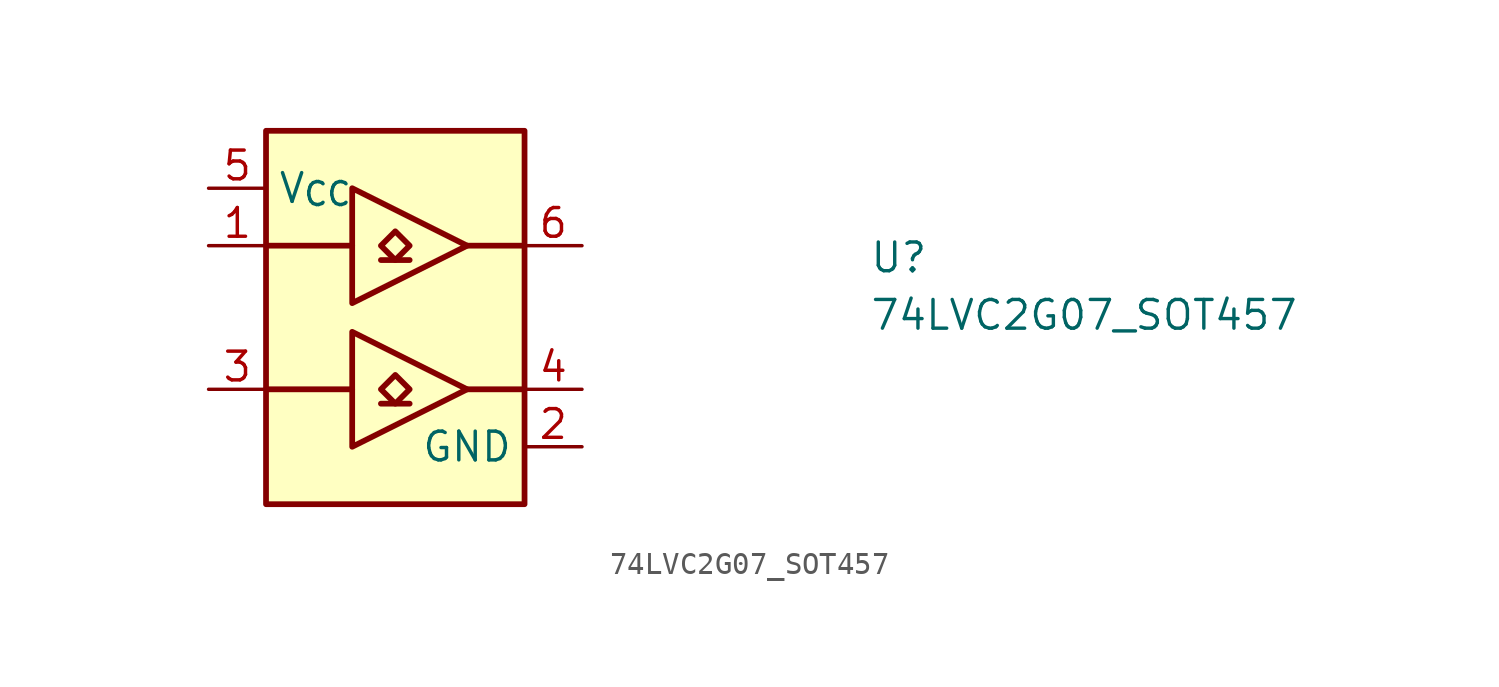
<source format=kicad_sym>
(kicad_symbol_lib
  (version 20211014)
  (generator kicad_symbol_editor)
  (symbol "74LVC2G07_SOT457"
    (property "Reference" "U"
      (at 29.21 -3.81 0)
      (effects (font (size 1.27 1.27) (thickness 0.15)) (justify left bottom)))
    (property "Value" "74LVC2G07_SOT457"
      (at 29.21 -6.35 0)
      (effects (font (size 1.27 1.27) (thickness 0.15)) (justify left bottom)))
    (symbol "74LVC2G07_SOT457_1_1"
      (polyline (pts (xy 2.54 -2.54) (xy 6.35 -2.54)) (stroke (width 0.254) (type default) (color 0 0 0 0)) (fill (type background)))
      (polyline (pts (xy 6.35 -8.89) (xy 2.54 -8.89)) (stroke (width 0.254) (type default) (color 0 0 0 0)) (fill (type background)))
      (polyline (pts (xy 7.62 -9.525) (xy 8.89 -9.525)) (stroke (width 0.254) (type default) (color 0 0 0 0)) (fill (type background)))
      (polyline (pts (xy 7.62 -3.175) (xy 8.89 -3.175)) (stroke (width 0.254) (type default) (color 0 0 0 0)) (fill (type background)))
      (polyline (pts (xy 13.97 -8.89) (xy 11.43 -8.89)) (stroke (width 0.254) (type default) (color 0 0 0 0)) (fill (type background)))
      (polyline (pts (xy 13.97 -2.54) (xy 11.43 -2.54)) (stroke (width 0.254) (type default) (color 0 0 0 0)) (fill (type background)))
      (polyline (pts (xy 6.35 -6.35) (xy 11.43 -8.89) (xy 6.35 -11.43) (xy 6.35 -6.35)) (stroke (width 0.254) (type default) (color 0 0 0 0)) (fill (type background)))
      (polyline (pts (xy 6.35 0) (xy 11.43 -2.54) (xy 6.35 -5.08) (xy 6.35 0)) (stroke (width 0.254) (type default) (color 0 0 0 0)) (fill (type background)))
      (polyline (pts (xy 7.62 -8.89) (xy 8.255 -8.255) (xy 8.89 -8.89) (xy 8.255 -9.525) (xy 7.62 -8.89)) (stroke (width 0.254) (type default) (color 0 0 0 0)) (fill (type background)))
      (polyline (pts (xy 7.62 -2.54) (xy 8.255 -1.905) (xy 8.89 -2.54) (xy 8.255 -3.175) (xy 7.62 -2.54)) (stroke (width 0.254) (type default) (color 0 0 0 0)) (fill (type background)))
      (rectangle (start 2.54 2.54) (end 13.97 -13.97) (stroke (width 0.254) (type default) (color 0 0 0 0)) (fill (type background)))
      (pin input line (at 0 -2.54 0) (length 2.54) (name "~" (effects (font (size 1.27 1.27)))) (number "1" (effects (font (size 1.27 1.27)))))
      (pin power_in line (at 16.51 -11.43 180) (length 2.54) (name "GND" (effects (font (size 1.27 1.27)))) (number "2" (effects (font (size 1.27 1.27)))))
      (pin input line (at 0 -8.89 0) (length 2.54) (name "~" (effects (font (size 1.27 1.27)))) (number "3" (effects (font (size 1.27 1.27)))))
      (pin output line (at 16.51 -8.89 180) (length 2.54) (name "~" (effects (font (size 1.27 1.27)))) (number "4" (effects (font (size 1.27 1.27)))))
      (pin power_in line (at 0 0 0) (length 2.54) (name "V_{CC}" (effects (font (size 1.27 1.27)))) (number "5" (effects (font (size 1.27 1.27)))))
      (pin output line (at 16.51 -2.54 180) (length 2.54) (name "~" (effects (font (size 1.27 1.27)))) (number "6" (effects (font (size 1.27 1.27))))))))
</source>
